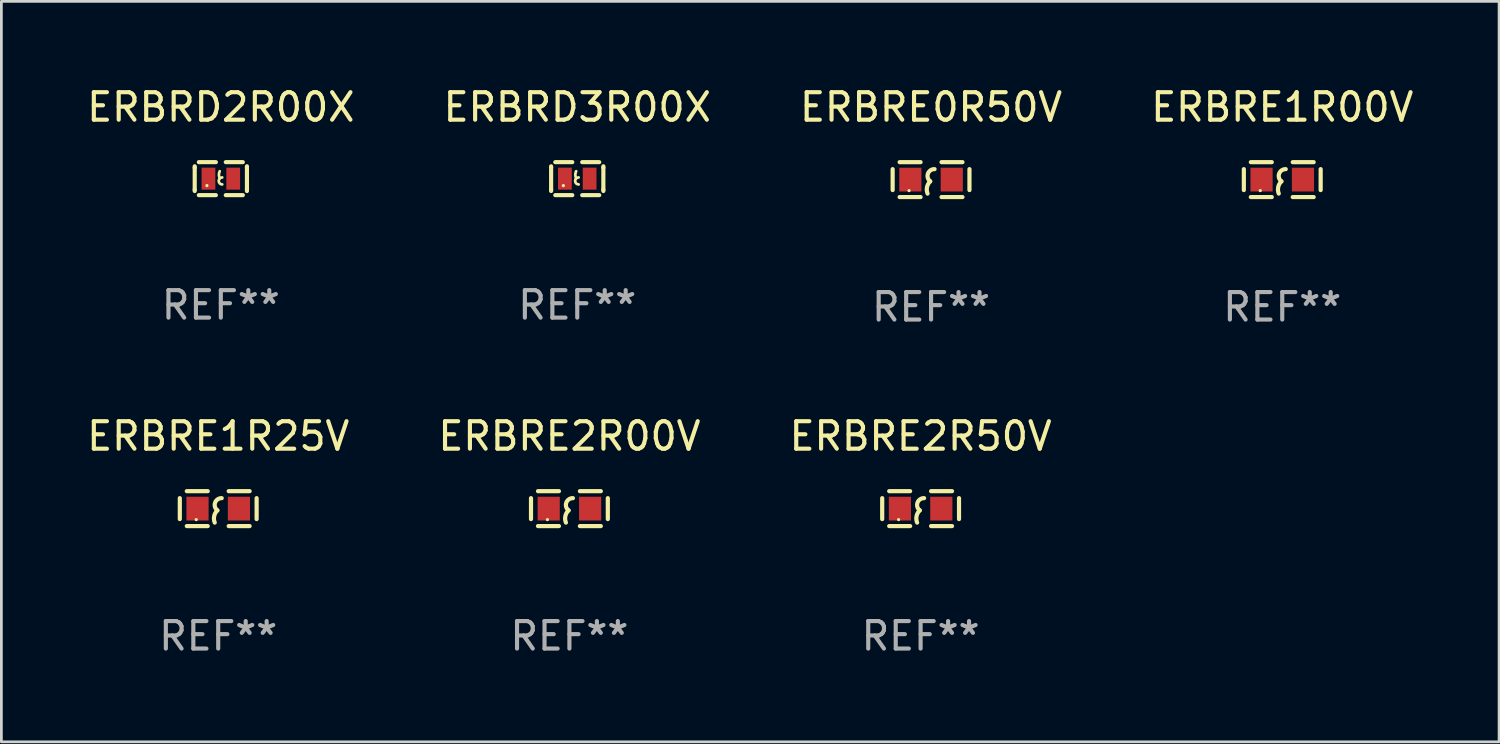
<source format=kicad_pcb>
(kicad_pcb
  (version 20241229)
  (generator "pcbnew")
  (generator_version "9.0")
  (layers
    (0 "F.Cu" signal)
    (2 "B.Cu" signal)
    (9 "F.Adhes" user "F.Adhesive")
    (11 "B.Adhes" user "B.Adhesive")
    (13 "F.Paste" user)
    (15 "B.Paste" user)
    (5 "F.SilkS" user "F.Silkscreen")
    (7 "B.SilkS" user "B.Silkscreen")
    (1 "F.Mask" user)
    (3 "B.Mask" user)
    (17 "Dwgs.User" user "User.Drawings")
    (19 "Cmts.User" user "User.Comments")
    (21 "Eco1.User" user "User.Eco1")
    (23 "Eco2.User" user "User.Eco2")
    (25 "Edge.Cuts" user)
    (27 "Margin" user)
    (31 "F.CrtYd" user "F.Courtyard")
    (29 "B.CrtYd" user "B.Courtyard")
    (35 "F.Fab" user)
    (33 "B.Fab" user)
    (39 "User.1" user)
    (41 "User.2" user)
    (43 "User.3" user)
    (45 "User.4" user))
  (footprint "ERBRE0R50V"
    (layer "F.Cu")
    (at 30.815 3.483)
    (property "Reference" "ERBRE0R50V" (at 0 -2.635 0) (layer "F.SilkS") (effects (font (size 1 1) (thickness 0.15))))
    (attr through_hole)
    (fp_line (start -1.397 -0.381) (end -1.397 0.381) (stroke (width 0.152) (type solid)) (layer "F.SilkS"))
    (fp_line (start -0.381 -0.635) (end -1.143 -0.635) (stroke (width 0.152) (type solid)) (layer "F.SilkS"))
    (fp_line (start -0.381 0.635) (end -1.143 0.635) (stroke (width 0.152) (type solid)) (layer "F.SilkS"))
    (fp_line (start 0.381 -0.635) (end 1.143 -0.635) (stroke (width 0.152) (type solid)) (layer "F.SilkS"))
    (fp_line (start 0.381 0.635) (end 1.143 0.635) (stroke (width 0.152) (type solid)) (layer "F.SilkS"))
    (fp_line (start 1.397 -0.381) (end 1.397 0.381) (stroke (width 0.152) (type solid)) (layer "F.SilkS"))
    (fp_arc (start -0.127 0.508001) (mid -0.146523 0.271131) (end -0.030861 0.0635) (stroke (width 0.151994) (type solid)) (layer "F.SilkS"))
    (fp_arc (start -0.03175 0.0635) (mid -0.113571 -0.216321) (end 0.127001 -0.381002) (stroke (width 0.151994) (type solid)) (layer "F.SilkS"))
    (fp_circle (center -0.8 0.4) (end -0.77 0.4) (stroke (width 0.06) (type solid)) (fill no) (layer "F.SilkS"))
    (fp_text user "REF**" (at 0 4.635 0) (layer "F.Fab") (effects (font (size 1 1) (thickness 0.15))))
    (pad "1" smd rect (at -0.753 0) (size 0.806 0.864) (layers "F.Cu" "F.Mask" "F.Paste"))
    (pad "2" smd rect (at 0.753 0) (size 0.806 0.864) (layers "F.Cu" "F.Mask" "F.Paste")))
  (footprint "ERBRD2R00X"
    (layer "F.Cu")
    (at 4.982 3.448)
    (property "Reference" "ERBRD2R00X" (at 0 -2.6 0) (layer "F.SilkS") (effects (font (size 1 1) (thickness 0.15))))
    (attr through_hole)
    (fp_line (start -0.95 -0.45) (end -0.95 -0.4) (stroke (width 0.15) (type solid)) (layer "F.SilkS"))
    (fp_line (start -0.95 -0.4) (end -0.95 0.4) (stroke (width 0.15) (type solid)) (layer "F.SilkS"))
    (fp_line (start -0.95 0.45) (end -0.95 0.4) (stroke (width 0.15) (type solid)) (layer "F.SilkS"))
    (fp_line (start -0.18 -0.6) (end -0.8 -0.6) (stroke (width 0.15) (type solid)) (layer "F.SilkS"))
    (fp_line (start -0.18 0.6) (end -0.8 0.6) (stroke (width 0.15) (type solid)) (layer "F.SilkS"))
    (fp_line (start 0.18 -0.6) (end 0.8 -0.6) (stroke (width 0.15) (type solid)) (layer "F.SilkS"))
    (fp_line (start 0.18 0.6) (end 0.8 0.6) (stroke (width 0.15) (type solid)) (layer "F.SilkS"))
    (fp_line (start 0.95 -0.45) (end 0.95 -0.4) (stroke (width 0.15) (type solid)) (layer "F.SilkS"))
    (fp_line (start 0.95 -0.4) (end 0.95 0.4) (stroke (width 0.15) (type solid)) (layer "F.SilkS"))
    (fp_line (start 0.95 0.45) (end 0.95 0.4) (stroke (width 0.15) (type solid)) (layer "F.SilkS"))
    (fp_arc (start -0.039942 -0.016052) (mid -0.069923 -0.143053) (end -0.039942 -0.270053) (stroke (width 0.1) (type solid)) (layer "F.SilkS"))
    (fp_arc (start 0.050076 0.209957) (mid -0.076924 0.082957) (end 0.050076 -0.044043) (stroke (width 0.1) (type solid)) (layer "F.SilkS"))
    (fp_circle (center -0.505 0.253) (end -0.475 0.253) (stroke (width 0.06) (type solid)) (fill no) (layer "F.SilkS"))
    (fp_text user "REF**" (at 0 4.6 0) (layer "F.Fab") (effects (font (size 1 1) (thickness 0.15))))
    (pad "1" smd rect (at -0.45 -0.000051) (size 0.5 0.8) (layers "F.Cu" "F.Mask" "F.Paste"))
    (pad "2" smd rect (at 0.45 -0.000051) (size 0.5 0.8) (layers "F.Cu" "F.Mask" "F.Paste")))
  (footprint "ERBRE1R00V"
    (layer "F.Cu")
    (at 43.589 3.483)
    (property "Reference" "ERBRE1R00V" (at 0 -2.635 0) (layer "F.SilkS") (effects (font (size 1 1) (thickness 0.15))))
    (attr through_hole)
    (fp_line (start -1.397 -0.381) (end -1.397 0.381) (stroke (width 0.152) (type solid)) (layer "F.SilkS"))
    (fp_line (start -0.381 -0.635) (end -1.143 -0.635) (stroke (width 0.152) (type solid)) (layer "F.SilkS"))
    (fp_line (start -0.381 0.635) (end -1.143 0.635) (stroke (width 0.152) (type solid)) (layer "F.SilkS"))
    (fp_line (start 0.381 -0.635) (end 1.143 -0.635) (stroke (width 0.152) (type solid)) (layer "F.SilkS"))
    (fp_line (start 0.381 0.635) (end 1.143 0.635) (stroke (width 0.152) (type solid)) (layer "F.SilkS"))
    (fp_line (start 1.397 -0.381) (end 1.397 0.381) (stroke (width 0.152) (type solid)) (layer "F.SilkS"))
    (fp_arc (start -0.127 0.508001) (mid -0.146523 0.271131) (end -0.030861 0.0635) (stroke (width 0.151994) (type solid)) (layer "F.SilkS"))
    (fp_arc (start -0.03175 0.0635) (mid -0.113571 -0.216321) (end 0.127001 -0.381002) (stroke (width 0.151994) (type solid)) (layer "F.SilkS"))
    (fp_circle (center -0.8 0.4) (end -0.77 0.4) (stroke (width 0.06) (type solid)) (fill no) (layer "F.SilkS"))
    (fp_text user "REF**" (at 0 4.635 0) (layer "F.Fab") (effects (font (size 1 1) (thickness 0.15))))
    (pad "1" smd rect (at -0.753 0) (size 0.806 0.864) (layers "F.Cu" "F.Mask" "F.Paste"))
    (pad "2" smd rect (at 0.753 0) (size 0.806 0.864) (layers "F.Cu" "F.Mask" "F.Paste")))
  (footprint "ERBRE2R00V"
    (layer "F.Cu")
    (at 17.661 15.45)
    (property "Reference" "ERBRE2R00V" (at 0 -2.635 0) (layer "F.SilkS") (effects (font (size 1 1) (thickness 0.15))))
    (attr through_hole)
    (fp_line (start -1.397 -0.381) (end -1.397 0.381) (stroke (width 0.152) (type solid)) (layer "F.SilkS"))
    (fp_line (start -0.381 -0.635) (end -1.143 -0.635) (stroke (width 0.152) (type solid)) (layer "F.SilkS"))
    (fp_line (start -0.381 0.635) (end -1.143 0.635) (stroke (width 0.152) (type solid)) (layer "F.SilkS"))
    (fp_line (start 0.381 -0.635) (end 1.143 -0.635) (stroke (width 0.152) (type solid)) (layer "F.SilkS"))
    (fp_line (start 0.381 0.635) (end 1.143 0.635) (stroke (width 0.152) (type solid)) (layer "F.SilkS"))
    (fp_line (start 1.397 -0.381) (end 1.397 0.381) (stroke (width 0.152) (type solid)) (layer "F.SilkS"))
    (fp_arc (start -0.127 0.508001) (mid -0.146523 0.271131) (end -0.030861 0.0635) (stroke (width 0.151994) (type solid)) (layer "F.SilkS"))
    (fp_arc (start -0.03175 0.0635) (mid -0.113571 -0.216321) (end 0.127001 -0.381002) (stroke (width 0.151994) (type solid)) (layer "F.SilkS"))
    (fp_circle (center -0.8 0.4) (end -0.77 0.4) (stroke (width 0.06) (type solid)) (fill no) (layer "F.SilkS"))
    (fp_text user "REF**" (at 0 4.635 0) (layer "F.Fab") (effects (font (size 1 1) (thickness 0.15))))
    (pad "1" smd rect (at -0.753 0) (size 0.806 0.864) (layers "F.Cu" "F.Mask" "F.Paste"))
    (pad "2" smd rect (at 0.753 0) (size 0.806 0.864) (layers "F.Cu" "F.Mask" "F.Paste")))
  (footprint "ERBRD3R00X"
    (layer "F.Cu")
    (at 17.946 3.448)
    (property "Reference" "ERBRD3R00X" (at 0 -2.6 0) (layer "F.SilkS") (effects (font (size 1 1) (thickness 0.15))))
    (attr through_hole)
    (fp_line (start -0.95 -0.45) (end -0.95 -0.4) (stroke (width 0.15) (type solid)) (layer "F.SilkS"))
    (fp_line (start -0.95 -0.4) (end -0.95 0.4) (stroke (width 0.15) (type solid)) (layer "F.SilkS"))
    (fp_line (start -0.95 0.45) (end -0.95 0.4) (stroke (width 0.15) (type solid)) (layer "F.SilkS"))
    (fp_line (start -0.18 -0.6) (end -0.8 -0.6) (stroke (width 0.15) (type solid)) (layer "F.SilkS"))
    (fp_line (start -0.18 0.6) (end -0.8 0.6) (stroke (width 0.15) (type solid)) (layer "F.SilkS"))
    (fp_line (start 0.18 -0.6) (end 0.8 -0.6) (stroke (width 0.15) (type solid)) (layer "F.SilkS"))
    (fp_line (start 0.18 0.6) (end 0.8 0.6) (stroke (width 0.15) (type solid)) (layer "F.SilkS"))
    (fp_line (start 0.95 -0.45) (end 0.95 -0.4) (stroke (width 0.15) (type solid)) (layer "F.SilkS"))
    (fp_line (start 0.95 -0.4) (end 0.95 0.4) (stroke (width 0.15) (type solid)) (layer "F.SilkS"))
    (fp_line (start 0.95 0.45) (end 0.95 0.4) (stroke (width 0.15) (type solid)) (layer "F.SilkS"))
    (fp_arc (start -0.039942 -0.016052) (mid -0.069923 -0.143053) (end -0.039942 -0.270053) (stroke (width 0.1) (type solid)) (layer "F.SilkS"))
    (fp_arc (start 0.050076 0.209957) (mid -0.076924 0.082957) (end 0.050076 -0.044043) (stroke (width 0.1) (type solid)) (layer "F.SilkS"))
    (fp_circle (center -0.505 0.253) (end -0.475 0.253) (stroke (width 0.06) (type solid)) (fill no) (layer "F.SilkS"))
    (fp_text user "REF**" (at 0 4.6 0) (layer "F.Fab") (effects (font (size 1 1) (thickness 0.15))))
    (pad "1" smd rect (at -0.45 -0.000051) (size 0.5 0.8) (layers "F.Cu" "F.Mask" "F.Paste"))
    (pad "2" smd rect (at 0.45 -0.000051) (size 0.5 0.8) (layers "F.Cu" "F.Mask" "F.Paste")))
  (footprint "ERBRE1R25V"
    (layer "F.Cu")
    (at 4.887 15.45)
    (property "Reference" "ERBRE1R25V" (at 0 -2.635 0) (layer "F.SilkS") (effects (font (size 1 1) (thickness 0.15))))
    (attr through_hole)
    (fp_line (start -1.397 -0.381) (end -1.397 0.381) (stroke (width 0.152) (type solid)) (layer "F.SilkS"))
    (fp_line (start -0.381 -0.635) (end -1.143 -0.635) (stroke (width 0.152) (type solid)) (layer "F.SilkS"))
    (fp_line (start -0.381 0.635) (end -1.143 0.635) (stroke (width 0.152) (type solid)) (layer "F.SilkS"))
    (fp_line (start 0.381 -0.635) (end 1.143 -0.635) (stroke (width 0.152) (type solid)) (layer "F.SilkS"))
    (fp_line (start 0.381 0.635) (end 1.143 0.635) (stroke (width 0.152) (type solid)) (layer "F.SilkS"))
    (fp_line (start 1.397 -0.381) (end 1.397 0.381) (stroke (width 0.152) (type solid)) (layer "F.SilkS"))
    (fp_arc (start -0.127 0.508001) (mid -0.146523 0.271131) (end -0.030861 0.0635) (stroke (width 0.151994) (type solid)) (layer "F.SilkS"))
    (fp_arc (start -0.03175 0.0635) (mid -0.113571 -0.216321) (end 0.127001 -0.381002) (stroke (width 0.151994) (type solid)) (layer "F.SilkS"))
    (fp_circle (center -0.8 0.4) (end -0.77 0.4) (stroke (width 0.06) (type solid)) (fill no) (layer "F.SilkS"))
    (fp_text user "REF**" (at 0 4.635 0) (layer "F.Fab") (effects (font (size 1 1) (thickness 0.15))))
    (pad "1" smd rect (at -0.753 0) (size 0.806 0.864) (layers "F.Cu" "F.Mask" "F.Paste"))
    (pad "2" smd rect (at 0.753 0) (size 0.806 0.864) (layers "F.Cu" "F.Mask" "F.Paste")))
  (footprint "ERBRE2R50V"
    (layer "F.Cu")
    (at 30.435 15.45)
    (property "Reference" "ERBRE2R50V" (at 0 -2.635 0) (layer "F.SilkS") (effects (font (size 1 1) (thickness 0.15))))
    (attr through_hole)
    (fp_line (start -1.397 -0.381) (end -1.397 0.381) (stroke (width 0.152) (type solid)) (layer "F.SilkS"))
    (fp_line (start -0.381 -0.635) (end -1.143 -0.635) (stroke (width 0.152) (type solid)) (layer "F.SilkS"))
    (fp_line (start -0.381 0.635) (end -1.143 0.635) (stroke (width 0.152) (type solid)) (layer "F.SilkS"))
    (fp_line (start 0.381 -0.635) (end 1.143 -0.635) (stroke (width 0.152) (type solid)) (layer "F.SilkS"))
    (fp_line (start 0.381 0.635) (end 1.143 0.635) (stroke (width 0.152) (type solid)) (layer "F.SilkS"))
    (fp_line (start 1.397 -0.381) (end 1.397 0.381) (stroke (width 0.152) (type solid)) (layer "F.SilkS"))
    (fp_arc (start -0.127 0.508001) (mid -0.146523 0.271131) (end -0.030861 0.0635) (stroke (width 0.151994) (type solid)) (layer "F.SilkS"))
    (fp_arc (start -0.03175 0.0635) (mid -0.113571 -0.216321) (end 0.127001 -0.381002) (stroke (width 0.151994) (type solid)) (layer "F.SilkS"))
    (fp_circle (center -0.8 0.4) (end -0.77 0.4) (stroke (width 0.06) (type solid)) (fill no) (layer "F.SilkS"))
    (fp_text user "REF**" (at 0 4.635 0) (layer "F.Fab") (effects (font (size 1 1) (thickness 0.15))))
    (pad "1" smd rect (at -0.753 0) (size 0.806 0.864) (layers "F.Cu" "F.Mask" "F.Paste"))
    (pad "2" smd rect (at 0.753 0) (size 0.806 0.864) (layers "F.Cu" "F.Mask" "F.Paste")))
  (gr_rect
    (start -3 -3)
    (end 51.476 23.933)
    (stroke (width 0.1) (type default))
    (fill no)
    (layer "Edge.Cuts")))
</source>
